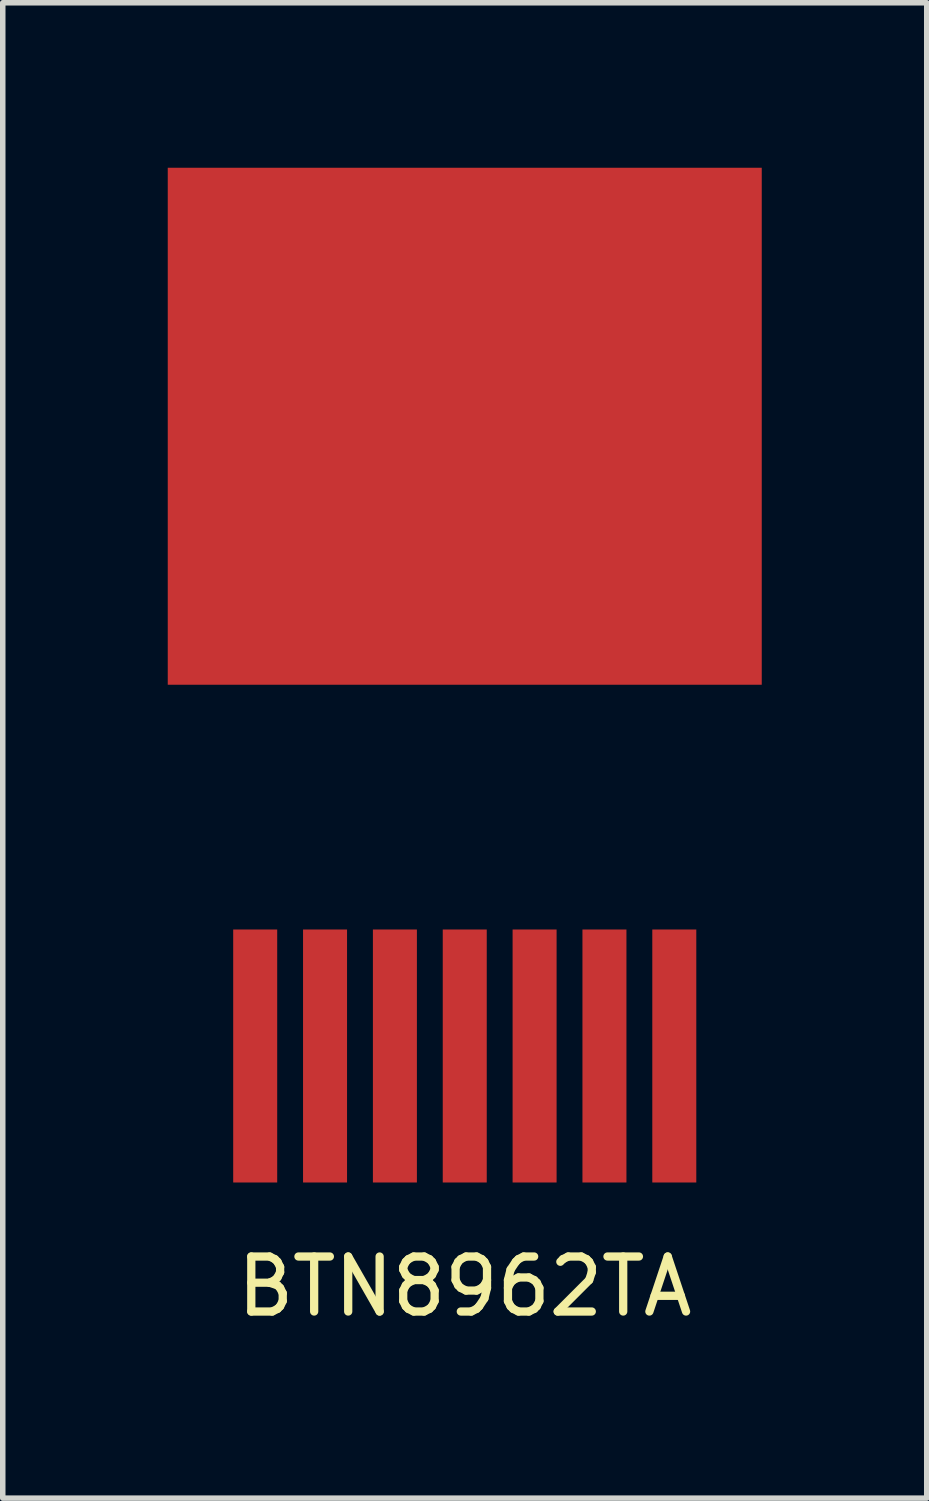
<source format=kicad_pcb>
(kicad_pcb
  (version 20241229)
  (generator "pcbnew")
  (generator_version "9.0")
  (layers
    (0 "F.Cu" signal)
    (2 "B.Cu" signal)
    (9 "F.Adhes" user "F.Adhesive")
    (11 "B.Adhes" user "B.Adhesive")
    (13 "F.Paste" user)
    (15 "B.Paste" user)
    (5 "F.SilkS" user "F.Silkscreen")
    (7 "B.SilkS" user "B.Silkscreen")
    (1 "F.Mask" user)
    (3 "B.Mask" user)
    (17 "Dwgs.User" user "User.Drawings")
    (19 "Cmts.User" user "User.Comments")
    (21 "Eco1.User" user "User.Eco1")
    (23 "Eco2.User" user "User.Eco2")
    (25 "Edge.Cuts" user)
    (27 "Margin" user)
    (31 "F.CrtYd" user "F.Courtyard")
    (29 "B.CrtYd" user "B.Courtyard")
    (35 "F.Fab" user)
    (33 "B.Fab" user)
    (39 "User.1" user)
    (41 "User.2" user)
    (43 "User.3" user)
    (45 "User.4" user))
  (footprint "BTN8962TA"
    (layer "F.Cu")
    (at 1.59 16.15)
    (property "Reference" "BTN8962TA" (at 3.81 4.191 0) (layer "F.SilkS") (effects (font (size 1 1) (thickness 0.15))))
    (attr through_hole)
    (pad "1" smd rect (at 0 0) (size 0.8 4.6) (layers "F.Cu" "F.Mask" "F.Paste"))
    (pad "2" smd rect (at 1.27 0) (size 0.8 4.6) (layers "F.Cu" "F.Mask" "F.Paste"))
    (pad "3" smd rect (at 2.54 0) (size 0.8 4.6) (layers "F.Cu" "F.Mask" "F.Paste"))
    (pad "4" smd rect (at 3.81 0) (size 0.8 4.6) (layers "F.Cu" "F.Mask" "F.Paste"))
    (pad "5" smd rect (at 5.08 0) (size 0.8 4.6) (layers "F.Cu" "F.Mask" "F.Paste"))
    (pad "6" smd rect (at 6.35 0) (size 0.8 4.6) (layers "F.Cu" "F.Mask" "F.Paste"))
    (pad "7" smd rect (at 7.62 0) (size 0.8 4.6) (layers "F.Cu" "F.Mask" "F.Paste"))
    (pad "8" smd rect (at 3.81 -11.45) (size 10.8 9.4) (layers "F.Cu" "F.Mask" "F.Paste")))
  (gr_rect
    (start -3 -3)
    (end 13.8 24.189)
    (stroke (width 0.1) (type default))
    (fill no)
    (layer "Edge.Cuts")))
</source>
